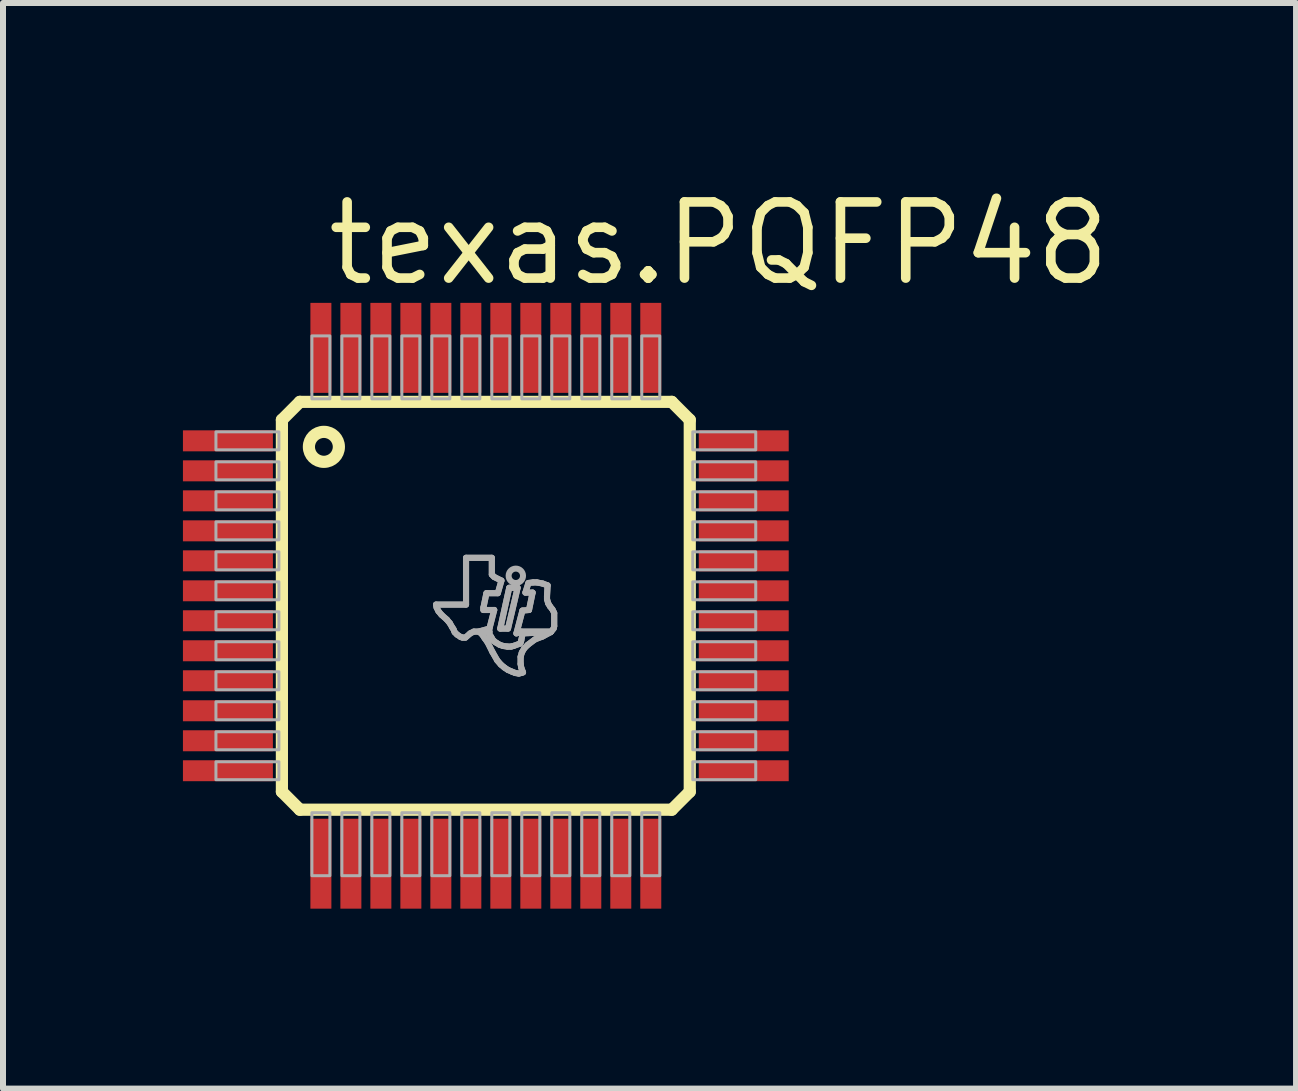
<source format=kicad_pcb>
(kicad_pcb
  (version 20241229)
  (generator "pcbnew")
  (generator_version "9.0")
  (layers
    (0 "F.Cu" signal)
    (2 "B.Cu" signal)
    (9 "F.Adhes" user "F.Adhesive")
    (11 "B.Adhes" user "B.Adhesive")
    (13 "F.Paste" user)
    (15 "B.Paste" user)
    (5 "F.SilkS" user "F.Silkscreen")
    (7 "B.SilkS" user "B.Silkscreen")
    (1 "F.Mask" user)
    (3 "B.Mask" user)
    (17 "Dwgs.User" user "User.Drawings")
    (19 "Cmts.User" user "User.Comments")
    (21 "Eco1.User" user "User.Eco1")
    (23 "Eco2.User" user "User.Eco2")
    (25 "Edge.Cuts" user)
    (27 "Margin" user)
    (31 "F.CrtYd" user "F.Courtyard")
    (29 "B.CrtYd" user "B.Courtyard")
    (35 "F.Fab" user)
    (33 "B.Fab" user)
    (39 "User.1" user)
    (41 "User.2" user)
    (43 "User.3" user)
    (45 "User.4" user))
  (footprint "texas.PQFP48"
    (layer "F.Cu")
    (at 5.05 7.05)
    (property "Reference" "texas.PQFP48" (at -2.72 -5.3 0) (layer "F.SilkS") (effects (font (size 1.27 1.27) (thickness 0.16)) (justify left bottom)))
    (attr smd)
    (fp_line (start -3.4 -3.1) (end -3.4 3.1) (stroke (width 0.203) (type default)) (layer "F.SilkS"))
    (fp_line (start -3.4 3.1) (end -3.1 3.4) (stroke (width 0.203) (type default)) (layer "F.SilkS"))
    (fp_line (start -3.1 -3.4) (end -3.4 -3.1) (stroke (width 0.203) (type default)) (layer "F.SilkS"))
    (fp_line (start -3.1 3.4) (end 3.1 3.4) (stroke (width 0.203) (type default)) (layer "F.SilkS"))
    (fp_line (start 3.1 -3.4) (end -3.1 -3.4) (stroke (width 0.203) (type default)) (layer "F.SilkS"))
    (fp_line (start 3.1 3.4) (end 3.4 3.1) (stroke (width 0.203) (type default)) (layer "F.SilkS"))
    (fp_line (start 3.4 -3.1) (end 3.1 -3.4) (stroke (width 0.203) (type default)) (layer "F.SilkS"))
    (fp_line (start 3.4 3.1) (end 3.4 -3.1) (stroke (width 0.203) (type default)) (layer "F.SilkS"))
    (fp_circle (center -2.7 -2.65) (end -2.45 -2.65) (stroke (width 0.203) (type default)) (fill no) (layer "F.SilkS"))
    (fp_line (start -0.83 -0.02) (end -0.82 0.03) (stroke (width 0.102) (type default)) (layer "F.Fab"))
    (fp_line (start -0.82 0.03) (end -0.79 0.09) (stroke (width 0.102) (type default)) (layer "F.Fab"))
    (fp_line (start -0.79 0.09) (end -0.74 0.15) (stroke (width 0.102) (type default)) (layer "F.Fab"))
    (fp_line (start -0.74 0.15) (end -0.65 0.23) (stroke (width 0.102) (type default)) (layer "F.Fab"))
    (fp_line (start -0.65 0.23) (end -0.6 0.29) (stroke (width 0.102) (type default)) (layer "F.Fab"))
    (fp_line (start -0.6 0.29) (end -0.56 0.36) (stroke (width 0.102) (type default)) (layer "F.Fab"))
    (fp_line (start -0.56 0.36) (end -0.54 0.39) (stroke (width 0.102) (type default)) (layer "F.Fab"))
    (fp_line (start -0.54 0.39) (end -0.52 0.44) (stroke (width 0.102) (type default)) (layer "F.Fab"))
    (fp_line (start -0.52 0.44) (end -0.48 0.48) (stroke (width 0.102) (type default)) (layer "F.Fab"))
    (fp_line (start -0.48 0.48) (end -0.42 0.52) (stroke (width 0.102) (type default)) (layer "F.Fab"))
    (fp_line (start -0.42 0.52) (end -0.39 0.53) (stroke (width 0.102) (type default)) (layer "F.Fab"))
    (fp_line (start -0.39 0.53) (end -0.34 0.53) (stroke (width 0.102) (type default)) (layer "F.Fab"))
    (fp_line (start -0.34 0.53) (end -0.26 0.46) (stroke (width 0.102) (type default)) (layer "F.Fab"))
    (fp_line (start -0.33 -0.8) (end -0.33 -0.02) (stroke (width 0.102) (type default)) (layer "F.Fab"))
    (fp_line (start -0.33 -0.02) (end -0.83 -0.02) (stroke (width 0.102) (type default)) (layer "F.Fab"))
    (fp_line (start -0.26 0.46) (end -0.2 0.43) (stroke (width 0.102) (type default)) (layer "F.Fab"))
    (fp_line (start -0.2 0.43) (end -0.12 0.43) (stroke (width 0.102) (type default)) (layer "F.Fab"))
    (fp_line (start -0.12 0.43) (end 0.06 0.38) (stroke (width 0.102) (type default)) (layer "F.Fab"))
    (fp_line (start -0.09 0.43) (end -0.09 0.45) (stroke (width 0.102) (type default)) (layer "F.Fab"))
    (fp_line (start -0.09 0.45) (end -0.06 0.48) (stroke (width 0.102) (type default)) (layer "F.Fab"))
    (fp_line (start -0.06 0.48) (end -0.02 0.54) (stroke (width 0.102) (type default)) (layer "F.Fab"))
    (fp_line (start -0.04 0.03) (end 0.01 -0.21) (stroke (width 0.102) (type default)) (layer "F.Fab"))
    (fp_line (start -0.04 0.07) (end -0.04 0.03) (stroke (width 0.102) (type default)) (layer "F.Fab"))
    (fp_line (start -0.02 0.54) (end 0.03 0.61) (stroke (width 0.102) (type default)) (layer "F.Fab"))
    (fp_line (start 0.01 -0.21) (end 0.2 -0.21) (stroke (width 0.102) (type default)) (layer "F.Fab"))
    (fp_line (start 0.03 0.61) (end 0.11 0.77) (stroke (width 0.102) (type default)) (layer "F.Fab"))
    (fp_line (start 0.06 0.38) (end 0.14 0.07) (stroke (width 0.102) (type default)) (layer "F.Fab"))
    (fp_line (start 0.06 0.43) (end -0.09 0.43) (stroke (width 0.102) (type default)) (layer "F.Fab"))
    (fp_line (start 0.06 0.48) (end 0.06 0.43) (stroke (width 0.102) (type default)) (layer "F.Fab"))
    (fp_line (start 0.08 0.51) (end 0.06 0.48) (stroke (width 0.102) (type default)) (layer "F.Fab"))
    (fp_line (start 0.09 0.52) (end 0.08 0.51) (stroke (width 0.102) (type default)) (layer "F.Fab"))
    (fp_line (start 0.1 -0.8) (end -0.33 -0.8) (stroke (width 0.102) (type default)) (layer "F.Fab"))
    (fp_line (start 0.1 -0.52) (end 0.1 -0.8) (stroke (width 0.102) (type default)) (layer "F.Fab"))
    (fp_line (start 0.11 0.56) (end 0.09 0.52) (stroke (width 0.102) (type default)) (layer "F.Fab"))
    (fp_line (start 0.11 0.77) (end 0.19 0.91) (stroke (width 0.102) (type default)) (layer "F.Fab"))
    (fp_line (start 0.14 -0.48) (end 0.1 -0.52) (stroke (width 0.102) (type default)) (layer "F.Fab"))
    (fp_line (start 0.14 0.07) (end -0.04 0.07) (stroke (width 0.102) (type default)) (layer "F.Fab"))
    (fp_line (start 0.15 0.6) (end 0.11 0.56) (stroke (width 0.102) (type default)) (layer "F.Fab"))
    (fp_line (start 0.18 0.62) (end 0.15 0.6) (stroke (width 0.102) (type default)) (layer "F.Fab"))
    (fp_line (start 0.19 0.91) (end 0.25 0.98) (stroke (width 0.102) (type default)) (layer "F.Fab"))
    (fp_line (start 0.2 -0.21) (end 0.26 -0.42) (stroke (width 0.102) (type default)) (layer "F.Fab"))
    (fp_line (start 0.23 0.65) (end 0.18 0.62) (stroke (width 0.102) (type default)) (layer "F.Fab"))
    (fp_line (start 0.24 0.38) (end 0.37 0.38) (stroke (width 0.102) (type default)) (layer "F.Fab"))
    (fp_line (start 0.25 0.98) (end 0.31 1.03) (stroke (width 0.102) (type default)) (layer "F.Fab"))
    (fp_line (start 0.26 -0.42) (end 0.14 -0.48) (stroke (width 0.102) (type default)) (layer "F.Fab"))
    (fp_line (start 0.29 0.67) (end 0.23 0.65) (stroke (width 0.102) (type default)) (layer "F.Fab"))
    (fp_line (start 0.31 1.03) (end 0.37 1.07) (stroke (width 0.102) (type default)) (layer "F.Fab"))
    (fp_line (start 0.36 0.68) (end 0.29 0.67) (stroke (width 0.102) (type default)) (layer "F.Fab"))
    (fp_line (start 0.37 0.38) (end 0.53 -0.3) (stroke (width 0.102) (type default)) (layer "F.Fab"))
    (fp_line (start 0.37 1.07) (end 0.44 1.1) (stroke (width 0.102) (type default)) (layer "F.Fab"))
    (fp_line (start 0.39 -0.3) (end 0.24 0.38) (stroke (width 0.102) (type default)) (layer "F.Fab"))
    (fp_line (start 0.42 0.68) (end 0.36 0.68) (stroke (width 0.102) (type default)) (layer "F.Fab"))
    (fp_line (start 0.44 1.1) (end 0.49 1.12) (stroke (width 0.102) (type default)) (layer "F.Fab"))
    (fp_line (start 0.46 0.67) (end 0.42 0.68) (stroke (width 0.102) (type default)) (layer "F.Fab"))
    (fp_line (start 0.49 1.12) (end 0.55 1.13) (stroke (width 0.102) (type default)) (layer "F.Fab"))
    (fp_line (start 0.51 0.46) (end 0.59 0.43) (stroke (width 0.102) (type default)) (layer "F.Fab"))
    (fp_line (start 0.53 -0.3) (end 0.39 -0.3) (stroke (width 0.102) (type default)) (layer "F.Fab"))
    (fp_line (start 0.55 1.13) (end 0.59 1.12) (stroke (width 0.102) (type default)) (layer "F.Fab"))
    (fp_line (start 0.57 0.63) (end 0.46 0.67) (stroke (width 0.102) (type default)) (layer "F.Fab"))
    (fp_line (start 0.58 0.61) (end 0.57 0.63) (stroke (width 0.102) (type default)) (layer "F.Fab"))
    (fp_line (start 0.58 0.85) (end 0.6 0.78) (stroke (width 0.102) (type default)) (layer "F.Fab"))
    (fp_line (start 0.58 0.97) (end 0.58 0.85) (stroke (width 0.102) (type default)) (layer "F.Fab"))
    (fp_line (start 0.59 0.43) (end 1.09 0.43) (stroke (width 0.102) (type default)) (layer "F.Fab"))
    (fp_line (start 0.59 0.58) (end 0.58 0.61) (stroke (width 0.102) (type default)) (layer "F.Fab"))
    (fp_line (start 0.59 1.03) (end 0.58 0.97) (stroke (width 0.102) (type default)) (layer "F.Fab"))
    (fp_line (start 0.59 1.12) (end 0.62 1.11) (stroke (width 0.102) (type default)) (layer "F.Fab"))
    (fp_line (start 0.6 0.78) (end 0.64 0.71) (stroke (width 0.102) (type default)) (layer "F.Fab"))
    (fp_line (start 0.61 0.08) (end 0.51 0.46) (stroke (width 0.102) (type default)) (layer "F.Fab"))
    (fp_line (start 0.61 0.46) (end 0.61 0.48) (stroke (width 0.102) (type default)) (layer "F.Fab"))
    (fp_line (start 0.61 0.48) (end 0.59 0.58) (stroke (width 0.102) (type default)) (layer "F.Fab"))
    (fp_line (start 0.62 1.11) (end 0.59 1.03) (stroke (width 0.102) (type default)) (layer "F.Fab"))
    (fp_line (start 0.64 0.71) (end 0.7 0.65) (stroke (width 0.102) (type default)) (layer "F.Fab"))
    (fp_line (start 0.66 -0.22) (end 0.78 -0.22) (stroke (width 0.102) (type default)) (layer "F.Fab"))
    (fp_line (start 0.7 0.65) (end 0.82 0.56) (stroke (width 0.102) (type default)) (layer "F.Fab"))
    (fp_line (start 0.71 -0.38) (end 0.66 -0.22) (stroke (width 0.102) (type default)) (layer "F.Fab"))
    (fp_line (start 0.72 0.07) (end 0.61 0.08) (stroke (width 0.102) (type default)) (layer "F.Fab"))
    (fp_line (start 0.78 -0.22) (end 0.72 0.07) (stroke (width 0.102) (type default)) (layer "F.Fab"))
    (fp_line (start 0.79 -0.39) (end 0.71 -0.38) (stroke (width 0.102) (type default)) (layer "F.Fab"))
    (fp_line (start 0.82 0.56) (end 0.95 0.51) (stroke (width 0.102) (type default)) (layer "F.Fab"))
    (fp_line (start 0.85 -0.39) (end 0.79 -0.39) (stroke (width 0.102) (type default)) (layer "F.Fab"))
    (fp_line (start 0.95 -0.37) (end 0.85 -0.39) (stroke (width 0.102) (type default)) (layer "F.Fab"))
    (fp_line (start 0.95 0.51) (end 1.08 0.44) (stroke (width 0.102) (type default)) (layer "F.Fab"))
    (fp_line (start 1.02 -0.16) (end 1.03 -0.34) (stroke (width 0.102) (type default)) (layer "F.Fab"))
    (fp_line (start 1.02 -0.11) (end 1.02 -0.16) (stroke (width 0.102) (type default)) (layer "F.Fab"))
    (fp_line (start 1.03 -0.34) (end 0.95 -0.37) (stroke (width 0.102) (type default)) (layer "F.Fab"))
    (fp_line (start 1.04 -0.04) (end 1.02 -0.11) (stroke (width 0.102) (type default)) (layer "F.Fab"))
    (fp_line (start 1.07 0.01) (end 1.04 -0.04) (stroke (width 0.102) (type default)) (layer "F.Fab"))
    (fp_line (start 1.08 0.44) (end 0.61 0.46) (stroke (width 0.102) (type default)) (layer "F.Fab"))
    (fp_line (start 1.09 0.43) (end 1.13 0.38) (stroke (width 0.102) (type default)) (layer "F.Fab"))
    (fp_line (start 1.11 0.06) (end 1.07 0.01) (stroke (width 0.102) (type default)) (layer "F.Fab"))
    (fp_line (start 1.13 0.38) (end 1.14 0.34) (stroke (width 0.102) (type default)) (layer "F.Fab"))
    (fp_line (start 1.14 0.12) (end 1.11 0.06) (stroke (width 0.102) (type default)) (layer "F.Fab"))
    (fp_line (start 1.14 0.34) (end 1.14 0.12) (stroke (width 0.102) (type default)) (layer "F.Fab"))
    (fp_rect (start -4.5 -2.6) (end -3.45 -2.9) (stroke (width 0.05) (type default)) (fill no) (layer "F.Fab"))
    (fp_rect (start -4.5 -2.1) (end -3.45 -2.4) (stroke (width 0.05) (type default)) (fill no) (layer "F.Fab"))
    (fp_rect (start -4.5 -1.6) (end -3.45 -1.9) (stroke (width 0.05) (type default)) (fill no) (layer "F.Fab"))
    (fp_rect (start -4.5 -1.1) (end -3.45 -1.4) (stroke (width 0.05) (type default)) (fill no) (layer "F.Fab"))
    (fp_rect (start -4.5 -0.6) (end -3.45 -0.9) (stroke (width 0.05) (type default)) (fill no) (layer "F.Fab"))
    (fp_rect (start -4.5 -0.1) (end -3.45 -0.4) (stroke (width 0.05) (type default)) (fill no) (layer "F.Fab"))
    (fp_rect (start -4.5 0.4) (end -3.45 0.1) (stroke (width 0.05) (type default)) (fill no) (layer "F.Fab"))
    (fp_rect (start -4.5 0.9) (end -3.45 0.6) (stroke (width 0.05) (type default)) (fill no) (layer "F.Fab"))
    (fp_rect (start -4.5 1.4) (end -3.45 1.1) (stroke (width 0.05) (type default)) (fill no) (layer "F.Fab"))
    (fp_rect (start -4.5 1.9) (end -3.45 1.6) (stroke (width 0.05) (type default)) (fill no) (layer "F.Fab"))
    (fp_rect (start -4.5 2.4) (end -3.45 2.1) (stroke (width 0.05) (type default)) (fill no) (layer "F.Fab"))
    (fp_rect (start -4.5 2.9) (end -3.45 2.6) (stroke (width 0.05) (type default)) (fill no) (layer "F.Fab"))
    (fp_rect (start -2.9 -3.45) (end -2.6 -4.5) (stroke (width 0.05) (type default)) (fill no) (layer "F.Fab"))
    (fp_rect (start -2.9 4.5) (end -2.6 3.45) (stroke (width 0.05) (type default)) (fill no) (layer "F.Fab"))
    (fp_rect (start -2.4 -3.45) (end -2.1 -4.5) (stroke (width 0.05) (type default)) (fill no) (layer "F.Fab"))
    (fp_rect (start -2.4 4.5) (end -2.1 3.45) (stroke (width 0.05) (type default)) (fill no) (layer "F.Fab"))
    (fp_rect (start -1.9 -3.45) (end -1.6 -4.5) (stroke (width 0.05) (type default)) (fill no) (layer "F.Fab"))
    (fp_rect (start -1.9 4.5) (end -1.6 3.45) (stroke (width 0.05) (type default)) (fill no) (layer "F.Fab"))
    (fp_rect (start -1.4 -3.45) (end -1.1 -4.5) (stroke (width 0.05) (type default)) (fill no) (layer "F.Fab"))
    (fp_rect (start -1.4 4.5) (end -1.1 3.45) (stroke (width 0.05) (type default)) (fill no) (layer "F.Fab"))
    (fp_rect (start -0.9 -3.45) (end -0.6 -4.5) (stroke (width 0.05) (type default)) (fill no) (layer "F.Fab"))
    (fp_rect (start -0.9 4.5) (end -0.6 3.45) (stroke (width 0.05) (type default)) (fill no) (layer "F.Fab"))
    (fp_rect (start -0.4 -3.45) (end -0.1 -4.5) (stroke (width 0.05) (type default)) (fill no) (layer "F.Fab"))
    (fp_rect (start -0.4 4.5) (end -0.1 3.45) (stroke (width 0.05) (type default)) (fill no) (layer "F.Fab"))
    (fp_rect (start 0.1 -3.45) (end 0.4 -4.5) (stroke (width 0.05) (type default)) (fill no) (layer "F.Fab"))
    (fp_rect (start 0.1 4.5) (end 0.4 3.45) (stroke (width 0.05) (type default)) (fill no) (layer "F.Fab"))
    (fp_rect (start 0.6 -3.45) (end 0.9 -4.5) (stroke (width 0.05) (type default)) (fill no) (layer "F.Fab"))
    (fp_rect (start 0.6 4.5) (end 0.9 3.45) (stroke (width 0.05) (type default)) (fill no) (layer "F.Fab"))
    (fp_rect (start 1.1 -3.45) (end 1.4 -4.5) (stroke (width 0.05) (type default)) (fill no) (layer "F.Fab"))
    (fp_rect (start 1.1 4.5) (end 1.4 3.45) (stroke (width 0.05) (type default)) (fill no) (layer "F.Fab"))
    (fp_rect (start 1.6 -3.45) (end 1.9 -4.5) (stroke (width 0.05) (type default)) (fill no) (layer "F.Fab"))
    (fp_rect (start 1.6 4.5) (end 1.9 3.45) (stroke (width 0.05) (type default)) (fill no) (layer "F.Fab"))
    (fp_rect (start 2.1 -3.45) (end 2.4 -4.5) (stroke (width 0.05) (type default)) (fill no) (layer "F.Fab"))
    (fp_rect (start 2.1 4.5) (end 2.4 3.45) (stroke (width 0.05) (type default)) (fill no) (layer "F.Fab"))
    (fp_rect (start 2.6 -3.45) (end 2.9 -4.5) (stroke (width 0.05) (type default)) (fill no) (layer "F.Fab"))
    (fp_rect (start 2.6 4.5) (end 2.9 3.45) (stroke (width 0.05) (type default)) (fill no) (layer "F.Fab"))
    (fp_rect (start 3.45 -2.6) (end 4.5 -2.9) (stroke (width 0.05) (type default)) (fill no) (layer "F.Fab"))
    (fp_rect (start 3.45 -2.1) (end 4.5 -2.4) (stroke (width 0.05) (type default)) (fill no) (layer "F.Fab"))
    (fp_rect (start 3.45 -1.6) (end 4.5 -1.9) (stroke (width 0.05) (type default)) (fill no) (layer "F.Fab"))
    (fp_rect (start 3.45 -1.1) (end 4.5 -1.4) (stroke (width 0.05) (type default)) (fill no) (layer "F.Fab"))
    (fp_rect (start 3.45 -0.6) (end 4.5 -0.9) (stroke (width 0.05) (type default)) (fill no) (layer "F.Fab"))
    (fp_rect (start 3.45 -0.1) (end 4.5 -0.4) (stroke (width 0.05) (type default)) (fill no) (layer "F.Fab"))
    (fp_rect (start 3.45 0.4) (end 4.5 0.1) (stroke (width 0.05) (type default)) (fill no) (layer "F.Fab"))
    (fp_rect (start 3.45 0.9) (end 4.5 0.6) (stroke (width 0.05) (type default)) (fill no) (layer "F.Fab"))
    (fp_rect (start 3.45 1.4) (end 4.5 1.1) (stroke (width 0.05) (type default)) (fill no) (layer "F.Fab"))
    (fp_rect (start 3.45 1.9) (end 4.5 1.6) (stroke (width 0.05) (type default)) (fill no) (layer "F.Fab"))
    (fp_rect (start 3.45 2.4) (end 4.5 2.1) (stroke (width 0.05) (type default)) (fill no) (layer "F.Fab"))
    (fp_rect (start 3.45 2.9) (end 4.5 2.6) (stroke (width 0.05) (type default)) (fill no) (layer "F.Fab"))
    (fp_circle (center 0.5 -0.5) (end 0.62 -0.5) (stroke (width 0.1) (type default)) (fill no) (layer "F.Fab"))
    (fp_poly (pts (xy 0.53 -0.3) (xy 0.39 -0.3) (xy 0.24 0.38) (xy 0.37 0.38)) (stroke (width 0.1) (type default)) (fill no) (layer "F.Fab"))
    (fp_poly (pts (xy 1.03 -0.34) (xy 0.95 -0.37) (xy 0.85 -0.39) (xy 0.79 -0.39) (xy 0.71 -0.38) (xy 0.66 -0.22) (xy 0.78 -0.22) (xy 0.72 0.07) (xy 0.61 0.08) (xy 0.51 0.46) (xy 0.59 0.43) (xy 1.09 0.43) (xy 1.13 0.38) (xy 1.14 0.34) (xy 1.14 0.12) (xy 1.11 0.06) (xy 1.07 0.01) (xy 1.04 -0.04) (xy 1.02 -0.11) (xy 1.02 -0.16)) (stroke (width 0.1) (type default)) (fill no) (layer "F.Fab"))
    (fp_poly (pts (xy 0.1 -0.8) (xy -0.33 -0.8) (xy -0.33 -0.02) (xy -0.83 -0.02) (xy -0.82 0.03) (xy -0.79 0.09) (xy -0.74 0.15) (xy -0.65 0.23) (xy -0.6 0.29) (xy -0.56 0.36) (xy -0.54 0.39) (xy -0.52 0.44) (xy -0.48 0.48) (xy -0.42 0.52) (xy -0.39 0.53) (xy -0.34 0.53) (xy -0.26 0.46) (xy -0.2 0.43) (xy -0.12 0.43) (xy 0.06 0.38) (xy 0.14 0.07) (xy -0.04 0.07) (xy -0.04 0.03) (xy 0.01 -0.21) (xy 0.2 -0.21) (xy 0.26 -0.42) (xy 0.14 -0.48) (xy 0.1 -0.52)) (stroke (width 0.1) (type default)) (fill no) (layer "F.Fab"))
    (fp_poly (pts (xy 0.61 0.46) (xy 0.61 0.48) (xy 0.59 0.58) (xy 0.58 0.61) (xy 0.57 0.63) (xy 0.46 0.67) (xy 0.42 0.68) (xy 0.36 0.68) (xy 0.29 0.67) (xy 0.23 0.65) (xy 0.18 0.62) (xy 0.15 0.6) (xy 0.11 0.56) (xy 0.09 0.52) (xy 0.08 0.51) (xy 0.06 0.48) (xy 0.06 0.43) (xy -0.09 0.43) (xy -0.09 0.45) (xy -0.06 0.48) (xy -0.02 0.54) (xy 0.03 0.61) (xy 0.11 0.77) (xy 0.19 0.91) (xy 0.25 0.98) (xy 0.31 1.03) (xy 0.37 1.07) (xy 0.44 1.1) (xy 0.49 1.12) (xy 0.55 1.13) (xy 0.59 1.12) (xy 0.62 1.11) (xy 0.59 1.03) (xy 0.58 0.97) (xy 0.58 0.85) (xy 0.6 0.78) (xy 0.64 0.71) (xy 0.7 0.65) (xy 0.82 0.56) (xy 0.95 0.51) (xy 1.08 0.44)) (stroke (width 0.1) (type default)) (fill no) (layer "F.Fab"))
    (pad "1" smd roundrect (at -4.3 -2.75) (size 1.5 0.35) (layers "F.Cu" "F.Mask" "F.Paste") (roundrect_rratio 0.01))
    (pad "2" smd roundrect (at -4.3 -2.25) (size 1.5 0.35) (layers "F.Cu" "F.Mask" "F.Paste") (roundrect_rratio 0.01))
    (pad "3" smd roundrect (at -4.3 -1.75) (size 1.5 0.35) (layers "F.Cu" "F.Mask" "F.Paste") (roundrect_rratio 0.01))
    (pad "4" smd roundrect (at -4.3 -1.25) (size 1.5 0.35) (layers "F.Cu" "F.Mask" "F.Paste") (roundrect_rratio 0.01))
    (pad "5" smd roundrect (at -4.3 -0.75) (size 1.5 0.35) (layers "F.Cu" "F.Mask" "F.Paste") (roundrect_rratio 0.01))
    (pad "6" smd roundrect (at -4.3 -0.25) (size 1.5 0.35) (layers "F.Cu" "F.Mask" "F.Paste") (roundrect_rratio 0.01))
    (pad "7" smd roundrect (at -4.3 0.25) (size 1.5 0.35) (layers "F.Cu" "F.Mask" "F.Paste") (roundrect_rratio 0.01))
    (pad "8" smd roundrect (at -4.3 0.75) (size 1.5 0.35) (layers "F.Cu" "F.Mask" "F.Paste") (roundrect_rratio 0.01))
    (pad "9" smd roundrect (at -4.3 1.25) (size 1.5 0.35) (layers "F.Cu" "F.Mask" "F.Paste") (roundrect_rratio 0.01))
    (pad "10" smd roundrect (at -4.3 1.75) (size 1.5 0.35) (layers "F.Cu" "F.Mask" "F.Paste") (roundrect_rratio 0.01))
    (pad "11" smd roundrect (at -4.3 2.25) (size 1.5 0.35) (layers "F.Cu" "F.Mask" "F.Paste") (roundrect_rratio 0.01))
    (pad "12" smd roundrect (at -4.3 2.75) (size 1.5 0.35) (layers "F.Cu" "F.Mask" "F.Paste") (roundrect_rratio 0.01))
    (pad "13" smd roundrect (at -2.75 4.3) (size 0.35 1.5) (layers "F.Cu" "F.Mask" "F.Paste") (roundrect_rratio 0.01))
    (pad "14" smd roundrect (at -2.25 4.3) (size 0.35 1.5) (layers "F.Cu" "F.Mask" "F.Paste") (roundrect_rratio 0.01))
    (pad "15" smd roundrect (at -1.75 4.3) (size 0.35 1.5) (layers "F.Cu" "F.Mask" "F.Paste") (roundrect_rratio 0.01))
    (pad "16" smd roundrect (at -1.25 4.3) (size 0.35 1.5) (layers "F.Cu" "F.Mask" "F.Paste") (roundrect_rratio 0.01))
    (pad "17" smd roundrect (at -0.75 4.3) (size 0.35 1.5) (layers "F.Cu" "F.Mask" "F.Paste") (roundrect_rratio 0.01))
    (pad "18" smd roundrect (at -0.25 4.3) (size 0.35 1.5) (layers "F.Cu" "F.Mask" "F.Paste") (roundrect_rratio 0.01))
    (pad "19" smd roundrect (at 0.25 4.3) (size 0.35 1.5) (layers "F.Cu" "F.Mask" "F.Paste") (roundrect_rratio 0.01))
    (pad "20" smd roundrect (at 0.75 4.3) (size 0.35 1.5) (layers "F.Cu" "F.Mask" "F.Paste") (roundrect_rratio 0.01))
    (pad "21" smd roundrect (at 1.25 4.3) (size 0.35 1.5) (layers "F.Cu" "F.Mask" "F.Paste") (roundrect_rratio 0.01))
    (pad "22" smd roundrect (at 1.75 4.3) (size 0.35 1.5) (layers "F.Cu" "F.Mask" "F.Paste") (roundrect_rratio 0.01))
    (pad "23" smd roundrect (at 2.25 4.3) (size 0.35 1.5) (layers "F.Cu" "F.Mask" "F.Paste") (roundrect_rratio 0.01))
    (pad "24" smd roundrect (at 2.75 4.3) (size 0.35 1.5) (layers "F.Cu" "F.Mask" "F.Paste") (roundrect_rratio 0.01))
    (pad "25" smd roundrect (at 4.3 2.75) (size 1.5 0.35) (layers "F.Cu" "F.Mask" "F.Paste") (roundrect_rratio 0.01))
    (pad "26" smd roundrect (at 4.3 2.25) (size 1.5 0.35) (layers "F.Cu" "F.Mask" "F.Paste") (roundrect_rratio 0.01))
    (pad "27" smd roundrect (at 4.3 1.75) (size 1.5 0.35) (layers "F.Cu" "F.Mask" "F.Paste") (roundrect_rratio 0.01))
    (pad "28" smd roundrect (at 4.3 1.25) (size 1.5 0.35) (layers "F.Cu" "F.Mask" "F.Paste") (roundrect_rratio 0.01))
    (pad "29" smd roundrect (at 4.3 0.75) (size 1.5 0.35) (layers "F.Cu" "F.Mask" "F.Paste") (roundrect_rratio 0.01))
    (pad "30" smd roundrect (at 4.3 0.25) (size 1.5 0.35) (layers "F.Cu" "F.Mask" "F.Paste") (roundrect_rratio 0.01))
    (pad "31" smd roundrect (at 4.3 -0.25) (size 1.5 0.35) (layers "F.Cu" "F.Mask" "F.Paste") (roundrect_rratio 0.01))
    (pad "32" smd roundrect (at 4.3 -0.75) (size 1.5 0.35) (layers "F.Cu" "F.Mask" "F.Paste") (roundrect_rratio 0.01))
    (pad "33" smd roundrect (at 4.3 -1.25) (size 1.5 0.35) (layers "F.Cu" "F.Mask" "F.Paste") (roundrect_rratio 0.01))
    (pad "34" smd roundrect (at 4.3 -1.75) (size 1.5 0.35) (layers "F.Cu" "F.Mask" "F.Paste") (roundrect_rratio 0.01))
    (pad "35" smd roundrect (at 4.3 -2.25) (size 1.5 0.35) (layers "F.Cu" "F.Mask" "F.Paste") (roundrect_rratio 0.01))
    (pad "36" smd roundrect (at 4.3 -2.75) (size 1.5 0.35) (layers "F.Cu" "F.Mask" "F.Paste") (roundrect_rratio 0.01))
    (pad "37" smd roundrect (at 2.75 -4.3) (size 0.35 1.5) (layers "F.Cu" "F.Mask" "F.Paste") (roundrect_rratio 0.01))
    (pad "38" smd roundrect (at 2.25 -4.3) (size 0.35 1.5) (layers "F.Cu" "F.Mask" "F.Paste") (roundrect_rratio 0.01))
    (pad "39" smd roundrect (at 1.75 -4.3) (size 0.35 1.5) (layers "F.Cu" "F.Mask" "F.Paste") (roundrect_rratio 0.01))
    (pad "40" smd roundrect (at 1.25 -4.3) (size 0.35 1.5) (layers "F.Cu" "F.Mask" "F.Paste") (roundrect_rratio 0.01))
    (pad "41" smd roundrect (at 0.75 -4.3) (size 0.35 1.5) (layers "F.Cu" "F.Mask" "F.Paste") (roundrect_rratio 0.01))
    (pad "42" smd roundrect (at 0.25 -4.3) (size 0.35 1.5) (layers "F.Cu" "F.Mask" "F.Paste") (roundrect_rratio 0.01))
    (pad "43" smd roundrect (at -0.25 -4.3) (size 0.35 1.5) (layers "F.Cu" "F.Mask" "F.Paste") (roundrect_rratio 0.01))
    (pad "44" smd roundrect (at -0.75 -4.3) (size 0.35 1.5) (layers "F.Cu" "F.Mask" "F.Paste") (roundrect_rratio 0.01))
    (pad "45" smd roundrect (at -1.25 -4.3) (size 0.35 1.5) (layers "F.Cu" "F.Mask" "F.Paste") (roundrect_rratio 0.01))
    (pad "46" smd roundrect (at -1.75 -4.3) (size 0.35 1.5) (layers "F.Cu" "F.Mask" "F.Paste") (roundrect_rratio 0.01))
    (pad "47" smd roundrect (at -2.25 -4.3) (size 0.35 1.5) (layers "F.Cu" "F.Mask" "F.Paste") (roundrect_rratio 0.01))
    (pad "48" smd roundrect (at -2.75 -4.3) (size 0.35 1.5) (layers "F.Cu" "F.Mask" "F.Paste") (roundrect_rratio 0.01)))
  (gr_rect
    (start -3 -3)
    (end 18.558 15.1)
    (stroke (width 0.1) (type default))
    (fill no)
    (layer "Edge.Cuts")))
</source>
